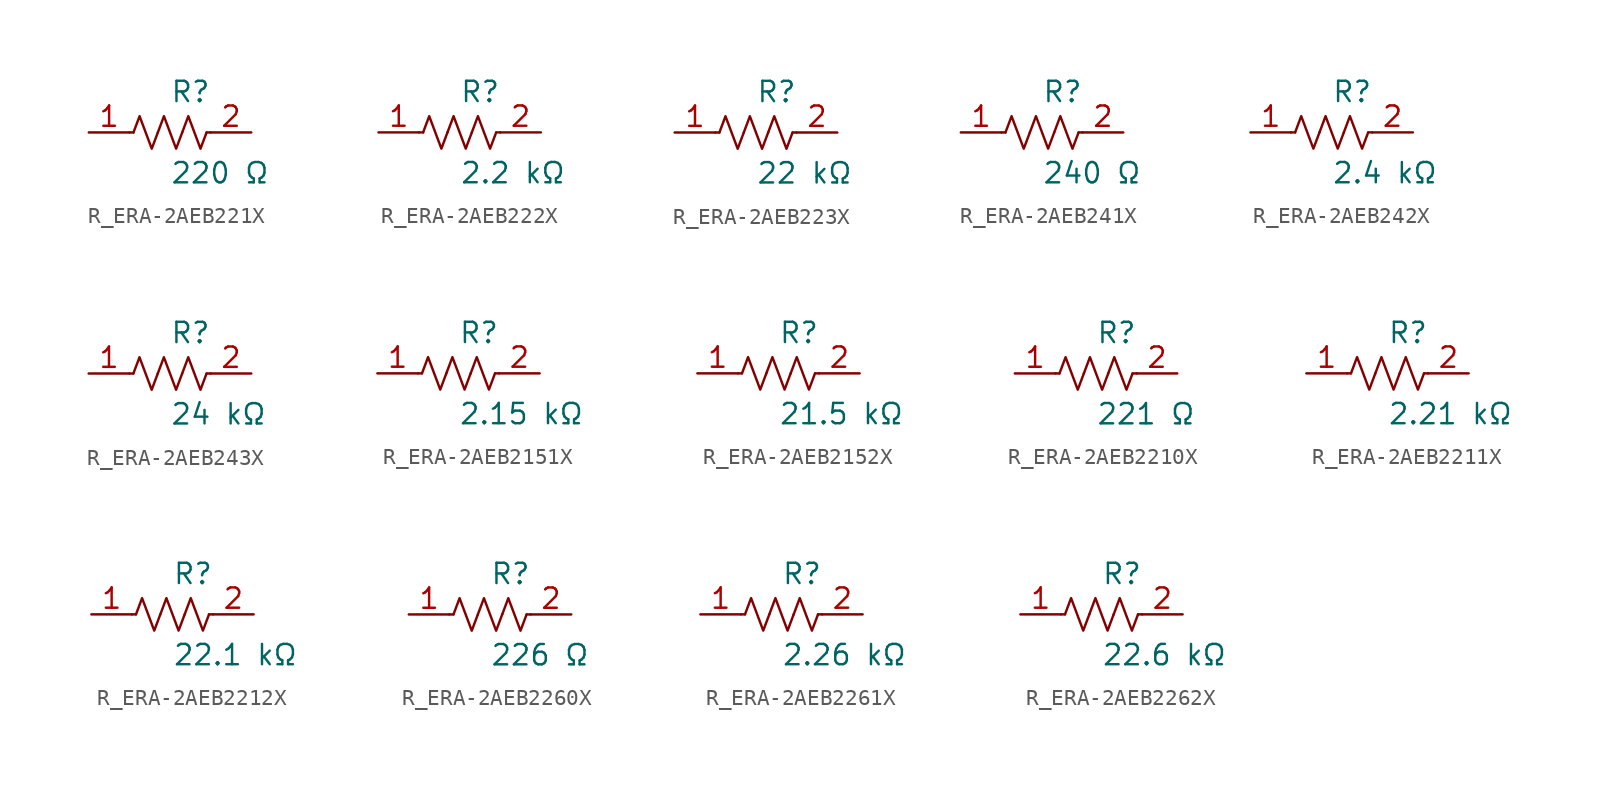
<source format=kicad_sym>
(kicad_symbol_lib
  (version 20231120)
  (generator kicad_symbol_editor)
  (generator_version 8.0)
  (symbol "R_ERA-2AEB221X"
    (pin_names
      (offset 0.254))
    (property "Reference" "R"
      (at 0.0 2.54 0)
      (effects (font (size 1.27 1.27)) (justify left)))
    (property "Value" "220 Ω"
      (at 0.0 -2.54 0)
      (effects (font (size 1.27 1.27)) (justify left)))
    (symbol "R_ERA-2AEB221X_0_1"
      (polyline (pts (xy 2.286 0) (xy 2.54 0)) (stroke (width 0) (type default)) (fill (type none)))
      (polyline (pts (xy -2.286 0) (xy -2.54 0)) (stroke (width 0) (type default)) (fill (type none)))
      (polyline (pts (xy 0.762 0) (xy 1.143 1.016) (xy 1.524 0) (xy 1.905 -1.016) (xy 2.286 0)) (stroke (width 0) (type default)) (fill (type none)))
      (polyline (pts (xy -0.762 0) (xy -0.381 1.016) (xy 0 0) (xy 0.381 -1.016) (xy 0.762 0)) (stroke (width 0) (type default)) (fill (type none)))
      (polyline (pts (xy -2.286 0) (xy -1.905 1.016) (xy -1.524 0) (xy -1.143 -1.016) (xy -0.762 0)) (stroke (width 0) (type default)) (fill (type none))))
    (pin unspecified line
      (at -5.08 0 0)
      (length 2.54)
      (name "" (effects (font (size 1.27 1.27))))
      (number "1" (effects (font (size 1.27 1.27)))))
    (pin unspecified line
      (at 5.08 0 180)
      (length 2.54)
      (name "" (effects (font (size 1.27 1.27))))
      (number "2" (effects (font (size 1.27 1.27))))))
  (symbol "R_ERA-2AEB222X"
    (pin_names
      (offset 0.254))
    (property "Reference" "R"
      (at 0.0 2.54 0)
      (effects (font (size 1.27 1.27)) (justify left)))
    (property "Value" "2.2 kΩ"
      (at 0.0 -2.54 0)
      (effects (font (size 1.27 1.27)) (justify left)))
    (symbol "R_ERA-2AEB222X_0_1"
      (polyline (pts (xy 2.286 0) (xy 2.54 0)) (stroke (width 0) (type default)) (fill (type none)))
      (polyline (pts (xy -2.286 0) (xy -2.54 0)) (stroke (width 0) (type default)) (fill (type none)))
      (polyline (pts (xy 0.762 0) (xy 1.143 1.016) (xy 1.524 0) (xy 1.905 -1.016) (xy 2.286 0)) (stroke (width 0) (type default)) (fill (type none)))
      (polyline (pts (xy -0.762 0) (xy -0.381 1.016) (xy 0 0) (xy 0.381 -1.016) (xy 0.762 0)) (stroke (width 0) (type default)) (fill (type none)))
      (polyline (pts (xy -2.286 0) (xy -1.905 1.016) (xy -1.524 0) (xy -1.143 -1.016) (xy -0.762 0)) (stroke (width 0) (type default)) (fill (type none))))
    (pin unspecified line
      (at -5.08 0 0)
      (length 2.54)
      (name "" (effects (font (size 1.27 1.27))))
      (number "1" (effects (font (size 1.27 1.27)))))
    (pin unspecified line
      (at 5.08 0 180)
      (length 2.54)
      (name "" (effects (font (size 1.27 1.27))))
      (number "2" (effects (font (size 1.27 1.27))))))
  (symbol "R_ERA-2AEB223X"
    (pin_names
      (offset 0.254))
    (property "Reference" "R"
      (at 0.0 2.54 0)
      (effects (font (size 1.27 1.27)) (justify left)))
    (property "Value" "22 kΩ"
      (at 0.0 -2.54 0)
      (effects (font (size 1.27 1.27)) (justify left)))
    (symbol "R_ERA-2AEB223X_0_1"
      (polyline (pts (xy 2.286 0) (xy 2.54 0)) (stroke (width 0) (type default)) (fill (type none)))
      (polyline (pts (xy -2.286 0) (xy -2.54 0)) (stroke (width 0) (type default)) (fill (type none)))
      (polyline (pts (xy 0.762 0) (xy 1.143 1.016) (xy 1.524 0) (xy 1.905 -1.016) (xy 2.286 0)) (stroke (width 0) (type default)) (fill (type none)))
      (polyline (pts (xy -0.762 0) (xy -0.381 1.016) (xy 0 0) (xy 0.381 -1.016) (xy 0.762 0)) (stroke (width 0) (type default)) (fill (type none)))
      (polyline (pts (xy -2.286 0) (xy -1.905 1.016) (xy -1.524 0) (xy -1.143 -1.016) (xy -0.762 0)) (stroke (width 0) (type default)) (fill (type none))))
    (pin unspecified line
      (at -5.08 0 0)
      (length 2.54)
      (name "" (effects (font (size 1.27 1.27))))
      (number "1" (effects (font (size 1.27 1.27)))))
    (pin unspecified line
      (at 5.08 0 180)
      (length 2.54)
      (name "" (effects (font (size 1.27 1.27))))
      (number "2" (effects (font (size 1.27 1.27))))))
  (symbol "R_ERA-2AEB241X"
    (pin_names
      (offset 0.254))
    (property "Reference" "R"
      (at 0.0 2.54 0)
      (effects (font (size 1.27 1.27)) (justify left)))
    (property "Value" "240 Ω"
      (at 0.0 -2.54 0)
      (effects (font (size 1.27 1.27)) (justify left)))
    (symbol "R_ERA-2AEB241X_0_1"
      (polyline (pts (xy 2.286 0) (xy 2.54 0)) (stroke (width 0) (type default)) (fill (type none)))
      (polyline (pts (xy -2.286 0) (xy -2.54 0)) (stroke (width 0) (type default)) (fill (type none)))
      (polyline (pts (xy 0.762 0) (xy 1.143 1.016) (xy 1.524 0) (xy 1.905 -1.016) (xy 2.286 0)) (stroke (width 0) (type default)) (fill (type none)))
      (polyline (pts (xy -0.762 0) (xy -0.381 1.016) (xy 0 0) (xy 0.381 -1.016) (xy 0.762 0)) (stroke (width 0) (type default)) (fill (type none)))
      (polyline (pts (xy -2.286 0) (xy -1.905 1.016) (xy -1.524 0) (xy -1.143 -1.016) (xy -0.762 0)) (stroke (width 0) (type default)) (fill (type none))))
    (pin unspecified line
      (at -5.08 0 0)
      (length 2.54)
      (name "" (effects (font (size 1.27 1.27))))
      (number "1" (effects (font (size 1.27 1.27)))))
    (pin unspecified line
      (at 5.08 0 180)
      (length 2.54)
      (name "" (effects (font (size 1.27 1.27))))
      (number "2" (effects (font (size 1.27 1.27))))))
  (symbol "R_ERA-2AEB242X"
    (pin_names
      (offset 0.254))
    (property "Reference" "R"
      (at 0.0 2.54 0)
      (effects (font (size 1.27 1.27)) (justify left)))
    (property "Value" "2.4 kΩ"
      (at 0.0 -2.54 0)
      (effects (font (size 1.27 1.27)) (justify left)))
    (symbol "R_ERA-2AEB242X_0_1"
      (polyline (pts (xy 2.286 0) (xy 2.54 0)) (stroke (width 0) (type default)) (fill (type none)))
      (polyline (pts (xy -2.286 0) (xy -2.54 0)) (stroke (width 0) (type default)) (fill (type none)))
      (polyline (pts (xy 0.762 0) (xy 1.143 1.016) (xy 1.524 0) (xy 1.905 -1.016) (xy 2.286 0)) (stroke (width 0) (type default)) (fill (type none)))
      (polyline (pts (xy -0.762 0) (xy -0.381 1.016) (xy 0 0) (xy 0.381 -1.016) (xy 0.762 0)) (stroke (width 0) (type default)) (fill (type none)))
      (polyline (pts (xy -2.286 0) (xy -1.905 1.016) (xy -1.524 0) (xy -1.143 -1.016) (xy -0.762 0)) (stroke (width 0) (type default)) (fill (type none))))
    (pin unspecified line
      (at -5.08 0 0)
      (length 2.54)
      (name "" (effects (font (size 1.27 1.27))))
      (number "1" (effects (font (size 1.27 1.27)))))
    (pin unspecified line
      (at 5.08 0 180)
      (length 2.54)
      (name "" (effects (font (size 1.27 1.27))))
      (number "2" (effects (font (size 1.27 1.27))))))
  (symbol "R_ERA-2AEB243X"
    (pin_names
      (offset 0.254))
    (property "Reference" "R"
      (at 0.0 2.54 0)
      (effects (font (size 1.27 1.27)) (justify left)))
    (property "Value" "24 kΩ"
      (at 0.0 -2.54 0)
      (effects (font (size 1.27 1.27)) (justify left)))
    (symbol "R_ERA-2AEB243X_0_1"
      (polyline (pts (xy 2.286 0) (xy 2.54 0)) (stroke (width 0) (type default)) (fill (type none)))
      (polyline (pts (xy -2.286 0) (xy -2.54 0)) (stroke (width 0) (type default)) (fill (type none)))
      (polyline (pts (xy 0.762 0) (xy 1.143 1.016) (xy 1.524 0) (xy 1.905 -1.016) (xy 2.286 0)) (stroke (width 0) (type default)) (fill (type none)))
      (polyline (pts (xy -0.762 0) (xy -0.381 1.016) (xy 0 0) (xy 0.381 -1.016) (xy 0.762 0)) (stroke (width 0) (type default)) (fill (type none)))
      (polyline (pts (xy -2.286 0) (xy -1.905 1.016) (xy -1.524 0) (xy -1.143 -1.016) (xy -0.762 0)) (stroke (width 0) (type default)) (fill (type none))))
    (pin unspecified line
      (at -5.08 0 0)
      (length 2.54)
      (name "" (effects (font (size 1.27 1.27))))
      (number "1" (effects (font (size 1.27 1.27)))))
    (pin unspecified line
      (at 5.08 0 180)
      (length 2.54)
      (name "" (effects (font (size 1.27 1.27))))
      (number "2" (effects (font (size 1.27 1.27))))))
  (symbol "R_ERA-2AEB2151X"
    (pin_names
      (offset 0.254))
    (property "Reference" "R"
      (at 0.0 2.54 0)
      (effects (font (size 1.27 1.27)) (justify left)))
    (property "Value" "2.15 kΩ"
      (at 0.0 -2.54 0)
      (effects (font (size 1.27 1.27)) (justify left)))
    (symbol "R_ERA-2AEB2151X_0_1"
      (polyline (pts (xy 2.286 0) (xy 2.54 0)) (stroke (width 0) (type default)) (fill (type none)))
      (polyline (pts (xy -2.286 0) (xy -2.54 0)) (stroke (width 0) (type default)) (fill (type none)))
      (polyline (pts (xy 0.762 0) (xy 1.143 1.016) (xy 1.524 0) (xy 1.905 -1.016) (xy 2.286 0)) (stroke (width 0) (type default)) (fill (type none)))
      (polyline (pts (xy -0.762 0) (xy -0.381 1.016) (xy 0 0) (xy 0.381 -1.016) (xy 0.762 0)) (stroke (width 0) (type default)) (fill (type none)))
      (polyline (pts (xy -2.286 0) (xy -1.905 1.016) (xy -1.524 0) (xy -1.143 -1.016) (xy -0.762 0)) (stroke (width 0) (type default)) (fill (type none))))
    (pin unspecified line
      (at -5.08 0 0)
      (length 2.54)
      (name "" (effects (font (size 1.27 1.27))))
      (number "1" (effects (font (size 1.27 1.27)))))
    (pin unspecified line
      (at 5.08 0 180)
      (length 2.54)
      (name "" (effects (font (size 1.27 1.27))))
      (number "2" (effects (font (size 1.27 1.27))))))
  (symbol "R_ERA-2AEB2152X"
    (pin_names
      (offset 0.254))
    (property "Reference" "R"
      (at 0.0 2.54 0)
      (effects (font (size 1.27 1.27)) (justify left)))
    (property "Value" "21.5 kΩ"
      (at 0.0 -2.54 0)
      (effects (font (size 1.27 1.27)) (justify left)))
    (symbol "R_ERA-2AEB2152X_0_1"
      (polyline (pts (xy 2.286 0) (xy 2.54 0)) (stroke (width 0) (type default)) (fill (type none)))
      (polyline (pts (xy -2.286 0) (xy -2.54 0)) (stroke (width 0) (type default)) (fill (type none)))
      (polyline (pts (xy 0.762 0) (xy 1.143 1.016) (xy 1.524 0) (xy 1.905 -1.016) (xy 2.286 0)) (stroke (width 0) (type default)) (fill (type none)))
      (polyline (pts (xy -0.762 0) (xy -0.381 1.016) (xy 0 0) (xy 0.381 -1.016) (xy 0.762 0)) (stroke (width 0) (type default)) (fill (type none)))
      (polyline (pts (xy -2.286 0) (xy -1.905 1.016) (xy -1.524 0) (xy -1.143 -1.016) (xy -0.762 0)) (stroke (width 0) (type default)) (fill (type none))))
    (pin unspecified line
      (at -5.08 0 0)
      (length 2.54)
      (name "" (effects (font (size 1.27 1.27))))
      (number "1" (effects (font (size 1.27 1.27)))))
    (pin unspecified line
      (at 5.08 0 180)
      (length 2.54)
      (name "" (effects (font (size 1.27 1.27))))
      (number "2" (effects (font (size 1.27 1.27))))))
  (symbol "R_ERA-2AEB2210X"
    (pin_names
      (offset 0.254))
    (property "Reference" "R"
      (at 0.0 2.54 0)
      (effects (font (size 1.27 1.27)) (justify left)))
    (property "Value" "221 Ω"
      (at 0.0 -2.54 0)
      (effects (font (size 1.27 1.27)) (justify left)))
    (symbol "R_ERA-2AEB2210X_0_1"
      (polyline (pts (xy 2.286 0) (xy 2.54 0)) (stroke (width 0) (type default)) (fill (type none)))
      (polyline (pts (xy -2.286 0) (xy -2.54 0)) (stroke (width 0) (type default)) (fill (type none)))
      (polyline (pts (xy 0.762 0) (xy 1.143 1.016) (xy 1.524 0) (xy 1.905 -1.016) (xy 2.286 0)) (stroke (width 0) (type default)) (fill (type none)))
      (polyline (pts (xy -0.762 0) (xy -0.381 1.016) (xy 0 0) (xy 0.381 -1.016) (xy 0.762 0)) (stroke (width 0) (type default)) (fill (type none)))
      (polyline (pts (xy -2.286 0) (xy -1.905 1.016) (xy -1.524 0) (xy -1.143 -1.016) (xy -0.762 0)) (stroke (width 0) (type default)) (fill (type none))))
    (pin unspecified line
      (at -5.08 0 0)
      (length 2.54)
      (name "" (effects (font (size 1.27 1.27))))
      (number "1" (effects (font (size 1.27 1.27)))))
    (pin unspecified line
      (at 5.08 0 180)
      (length 2.54)
      (name "" (effects (font (size 1.27 1.27))))
      (number "2" (effects (font (size 1.27 1.27))))))
  (symbol "R_ERA-2AEB2211X"
    (pin_names
      (offset 0.254))
    (property "Reference" "R"
      (at 0.0 2.54 0)
      (effects (font (size 1.27 1.27)) (justify left)))
    (property "Value" "2.21 kΩ"
      (at 0.0 -2.54 0)
      (effects (font (size 1.27 1.27)) (justify left)))
    (symbol "R_ERA-2AEB2211X_0_1"
      (polyline (pts (xy 2.286 0) (xy 2.54 0)) (stroke (width 0) (type default)) (fill (type none)))
      (polyline (pts (xy -2.286 0) (xy -2.54 0)) (stroke (width 0) (type default)) (fill (type none)))
      (polyline (pts (xy 0.762 0) (xy 1.143 1.016) (xy 1.524 0) (xy 1.905 -1.016) (xy 2.286 0)) (stroke (width 0) (type default)) (fill (type none)))
      (polyline (pts (xy -0.762 0) (xy -0.381 1.016) (xy 0 0) (xy 0.381 -1.016) (xy 0.762 0)) (stroke (width 0) (type default)) (fill (type none)))
      (polyline (pts (xy -2.286 0) (xy -1.905 1.016) (xy -1.524 0) (xy -1.143 -1.016) (xy -0.762 0)) (stroke (width 0) (type default)) (fill (type none))))
    (pin unspecified line
      (at -5.08 0 0)
      (length 2.54)
      (name "" (effects (font (size 1.27 1.27))))
      (number "1" (effects (font (size 1.27 1.27)))))
    (pin unspecified line
      (at 5.08 0 180)
      (length 2.54)
      (name "" (effects (font (size 1.27 1.27))))
      (number "2" (effects (font (size 1.27 1.27))))))
  (symbol "R_ERA-2AEB2212X"
    (pin_names
      (offset 0.254))
    (property "Reference" "R"
      (at 0.0 2.54 0)
      (effects (font (size 1.27 1.27)) (justify left)))
    (property "Value" "22.1 kΩ"
      (at 0.0 -2.54 0)
      (effects (font (size 1.27 1.27)) (justify left)))
    (symbol "R_ERA-2AEB2212X_0_1"
      (polyline (pts (xy 2.286 0) (xy 2.54 0)) (stroke (width 0) (type default)) (fill (type none)))
      (polyline (pts (xy -2.286 0) (xy -2.54 0)) (stroke (width 0) (type default)) (fill (type none)))
      (polyline (pts (xy 0.762 0) (xy 1.143 1.016) (xy 1.524 0) (xy 1.905 -1.016) (xy 2.286 0)) (stroke (width 0) (type default)) (fill (type none)))
      (polyline (pts (xy -0.762 0) (xy -0.381 1.016) (xy 0 0) (xy 0.381 -1.016) (xy 0.762 0)) (stroke (width 0) (type default)) (fill (type none)))
      (polyline (pts (xy -2.286 0) (xy -1.905 1.016) (xy -1.524 0) (xy -1.143 -1.016) (xy -0.762 0)) (stroke (width 0) (type default)) (fill (type none))))
    (pin unspecified line
      (at -5.08 0 0)
      (length 2.54)
      (name "" (effects (font (size 1.27 1.27))))
      (number "1" (effects (font (size 1.27 1.27)))))
    (pin unspecified line
      (at 5.08 0 180)
      (length 2.54)
      (name "" (effects (font (size 1.27 1.27))))
      (number "2" (effects (font (size 1.27 1.27))))))
  (symbol "R_ERA-2AEB2260X"
    (pin_names
      (offset 0.254))
    (property "Reference" "R"
      (at 0.0 2.54 0)
      (effects (font (size 1.27 1.27)) (justify left)))
    (property "Value" "226 Ω"
      (at 0.0 -2.54 0)
      (effects (font (size 1.27 1.27)) (justify left)))
    (symbol "R_ERA-2AEB2260X_0_1"
      (polyline (pts (xy 2.286 0) (xy 2.54 0)) (stroke (width 0) (type default)) (fill (type none)))
      (polyline (pts (xy -2.286 0) (xy -2.54 0)) (stroke (width 0) (type default)) (fill (type none)))
      (polyline (pts (xy 0.762 0) (xy 1.143 1.016) (xy 1.524 0) (xy 1.905 -1.016) (xy 2.286 0)) (stroke (width 0) (type default)) (fill (type none)))
      (polyline (pts (xy -0.762 0) (xy -0.381 1.016) (xy 0 0) (xy 0.381 -1.016) (xy 0.762 0)) (stroke (width 0) (type default)) (fill (type none)))
      (polyline (pts (xy -2.286 0) (xy -1.905 1.016) (xy -1.524 0) (xy -1.143 -1.016) (xy -0.762 0)) (stroke (width 0) (type default)) (fill (type none))))
    (pin unspecified line
      (at -5.08 0 0)
      (length 2.54)
      (name "" (effects (font (size 1.27 1.27))))
      (number "1" (effects (font (size 1.27 1.27)))))
    (pin unspecified line
      (at 5.08 0 180)
      (length 2.54)
      (name "" (effects (font (size 1.27 1.27))))
      (number "2" (effects (font (size 1.27 1.27))))))
  (symbol "R_ERA-2AEB2261X"
    (pin_names
      (offset 0.254))
    (property "Reference" "R"
      (at 0.0 2.54 0)
      (effects (font (size 1.27 1.27)) (justify left)))
    (property "Value" "2.26 kΩ"
      (at 0.0 -2.54 0)
      (effects (font (size 1.27 1.27)) (justify left)))
    (symbol "R_ERA-2AEB2261X_0_1"
      (polyline (pts (xy 2.286 0) (xy 2.54 0)) (stroke (width 0) (type default)) (fill (type none)))
      (polyline (pts (xy -2.286 0) (xy -2.54 0)) (stroke (width 0) (type default)) (fill (type none)))
      (polyline (pts (xy 0.762 0) (xy 1.143 1.016) (xy 1.524 0) (xy 1.905 -1.016) (xy 2.286 0)) (stroke (width 0) (type default)) (fill (type none)))
      (polyline (pts (xy -0.762 0) (xy -0.381 1.016) (xy 0 0) (xy 0.381 -1.016) (xy 0.762 0)) (stroke (width 0) (type default)) (fill (type none)))
      (polyline (pts (xy -2.286 0) (xy -1.905 1.016) (xy -1.524 0) (xy -1.143 -1.016) (xy -0.762 0)) (stroke (width 0) (type default)) (fill (type none))))
    (pin unspecified line
      (at -5.08 0 0)
      (length 2.54)
      (name "" (effects (font (size 1.27 1.27))))
      (number "1" (effects (font (size 1.27 1.27)))))
    (pin unspecified line
      (at 5.08 0 180)
      (length 2.54)
      (name "" (effects (font (size 1.27 1.27))))
      (number "2" (effects (font (size 1.27 1.27))))))
  (symbol "R_ERA-2AEB2262X"
    (pin_names
      (offset 0.254))
    (property "Reference" "R"
      (at 0.0 2.54 0)
      (effects (font (size 1.27 1.27)) (justify left)))
    (property "Value" "22.6 kΩ"
      (at 0.0 -2.54 0)
      (effects (font (size 1.27 1.27)) (justify left)))
    (symbol "R_ERA-2AEB2262X_0_1"
      (polyline (pts (xy 2.286 0) (xy 2.54 0)) (stroke (width 0) (type default)) (fill (type none)))
      (polyline (pts (xy -2.286 0) (xy -2.54 0)) (stroke (width 0) (type default)) (fill (type none)))
      (polyline (pts (xy 0.762 0) (xy 1.143 1.016) (xy 1.524 0) (xy 1.905 -1.016) (xy 2.286 0)) (stroke (width 0) (type default)) (fill (type none)))
      (polyline (pts (xy -0.762 0) (xy -0.381 1.016) (xy 0 0) (xy 0.381 -1.016) (xy 0.762 0)) (stroke (width 0) (type default)) (fill (type none)))
      (polyline (pts (xy -2.286 0) (xy -1.905 1.016) (xy -1.524 0) (xy -1.143 -1.016) (xy -0.762 0)) (stroke (width 0) (type default)) (fill (type none))))
    (pin unspecified line
      (at -5.08 0 0)
      (length 2.54)
      (name "" (effects (font (size 1.27 1.27))))
      (number "1" (effects (font (size 1.27 1.27)))))
    (pin unspecified line
      (at 5.08 0 180)
      (length 2.54)
      (name "" (effects (font (size 1.27 1.27))))
      (number "2" (effects (font (size 1.27 1.27)))))))
</source>
